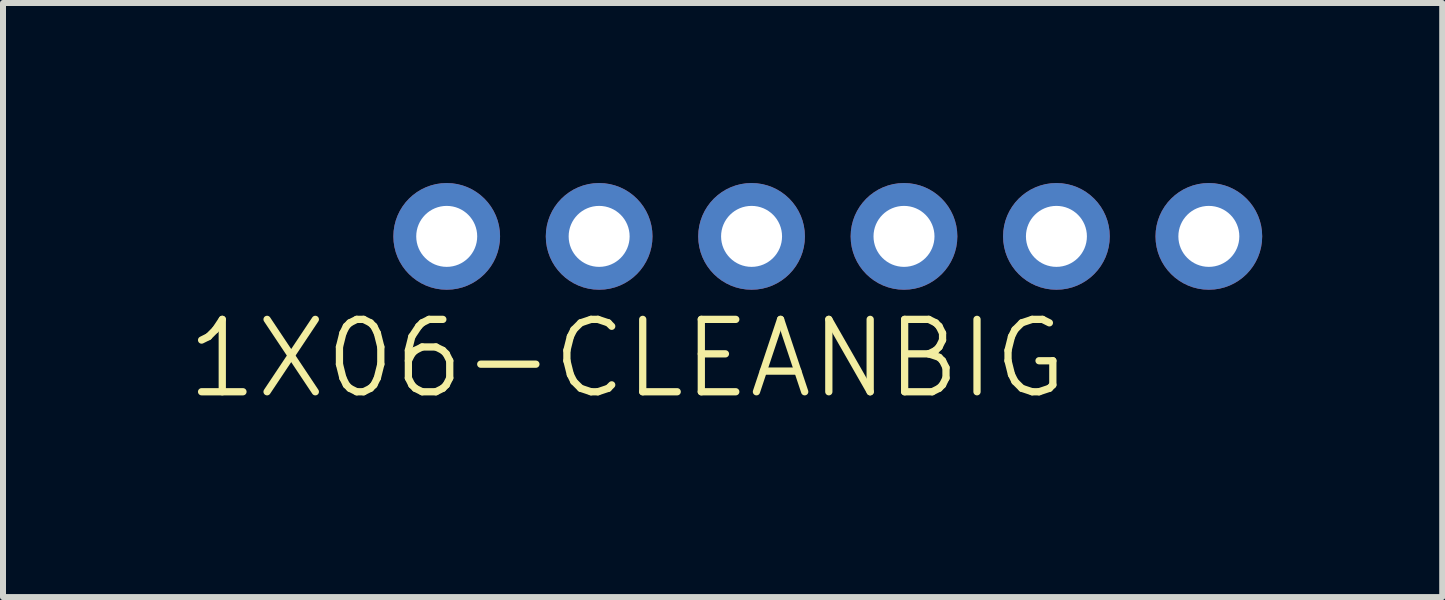
<source format=kicad_pcb>
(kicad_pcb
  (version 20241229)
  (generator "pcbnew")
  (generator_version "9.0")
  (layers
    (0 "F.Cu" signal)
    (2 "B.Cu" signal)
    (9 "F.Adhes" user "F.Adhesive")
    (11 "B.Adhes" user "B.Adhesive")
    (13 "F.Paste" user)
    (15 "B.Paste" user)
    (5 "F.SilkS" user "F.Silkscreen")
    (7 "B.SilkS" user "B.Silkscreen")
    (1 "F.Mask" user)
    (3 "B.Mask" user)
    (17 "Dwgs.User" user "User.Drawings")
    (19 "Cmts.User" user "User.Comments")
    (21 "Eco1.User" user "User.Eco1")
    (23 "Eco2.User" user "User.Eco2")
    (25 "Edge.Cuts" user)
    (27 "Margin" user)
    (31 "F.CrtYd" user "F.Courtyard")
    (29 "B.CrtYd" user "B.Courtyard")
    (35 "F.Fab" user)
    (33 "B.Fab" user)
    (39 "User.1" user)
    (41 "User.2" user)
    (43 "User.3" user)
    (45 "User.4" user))
  (footprint "1X06-CLEANBIG"
    (layer "F.Cu")
    (at 10.744 0.889)
    (property "Reference" "1X06-CLEANBIG" (at -10.744 2.743 0) (layer "F.SilkS") (effects (font (size 1.206 1.206) (thickness 0.121)) (justify left bottom)))
    (attr through_hole)
    (fp_poly (pts (xy -6.604 0.254) (xy -6.096 0.254) (xy -6.096 -0.254) (xy -6.604 -0.254)) (stroke (width 0.1) (type solid)) (fill no) (layer "F.Fab"))
    (fp_poly (pts (xy -4.064 0.254) (xy -3.556 0.254) (xy -3.556 -0.254) (xy -4.064 -0.254)) (stroke (width 0.1) (type solid)) (fill no) (layer "F.Fab"))
    (fp_poly (pts (xy -1.524 0.254) (xy -1.016 0.254) (xy -1.016 -0.254) (xy -1.524 -0.254)) (stroke (width 0.1) (type solid)) (fill no) (layer "F.Fab"))
    (fp_poly (pts (xy 1.016 0.254) (xy 1.524 0.254) (xy 1.524 -0.254) (xy 1.016 -0.254)) (stroke (width 0.1) (type solid)) (fill no) (layer "F.Fab"))
    (fp_poly (pts (xy 3.556 0.254) (xy 4.064 0.254) (xy 4.064 -0.254) (xy 3.556 -0.254)) (stroke (width 0.1) (type solid)) (fill no) (layer "F.Fab"))
    (fp_poly (pts (xy 6.096 0.254) (xy 6.604 0.254) (xy 6.604 -0.254) (xy 6.096 -0.254)) (stroke (width 0.1) (type solid)) (fill no) (layer "F.Fab"))
    (pad "1" thru_hole circle (at -6.35 0 90) (size 1.778 1.778) (drill 1.016) (layers "*.Cu" "*.Mask"))
    (pad "2" thru_hole circle (at -3.81 0 90) (size 1.778 1.778) (drill 1.016) (layers "*.Cu" "*.Mask"))
    (pad "3" thru_hole circle (at -1.27 0 90) (size 1.778 1.778) (drill 1.016) (layers "*.Cu" "*.Mask"))
    (pad "4" thru_hole circle (at 1.27 0 90) (size 1.778 1.778) (drill 1.016) (layers "*.Cu" "*.Mask"))
    (pad "5" thru_hole circle (at 3.81 0 90) (size 1.778 1.778) (drill 1.016) (layers "*.Cu" "*.Mask"))
    (pad "6" thru_hole circle (at 6.35 0 90) (size 1.778 1.778) (drill 1.016) (layers "*.Cu" "*.Mask")))
  (gr_rect
    (start -3 -3)
    (end 20.983 6.899)
    (stroke (width 0.1) (type default))
    (fill no)
    (layer "Edge.Cuts")))
</source>
